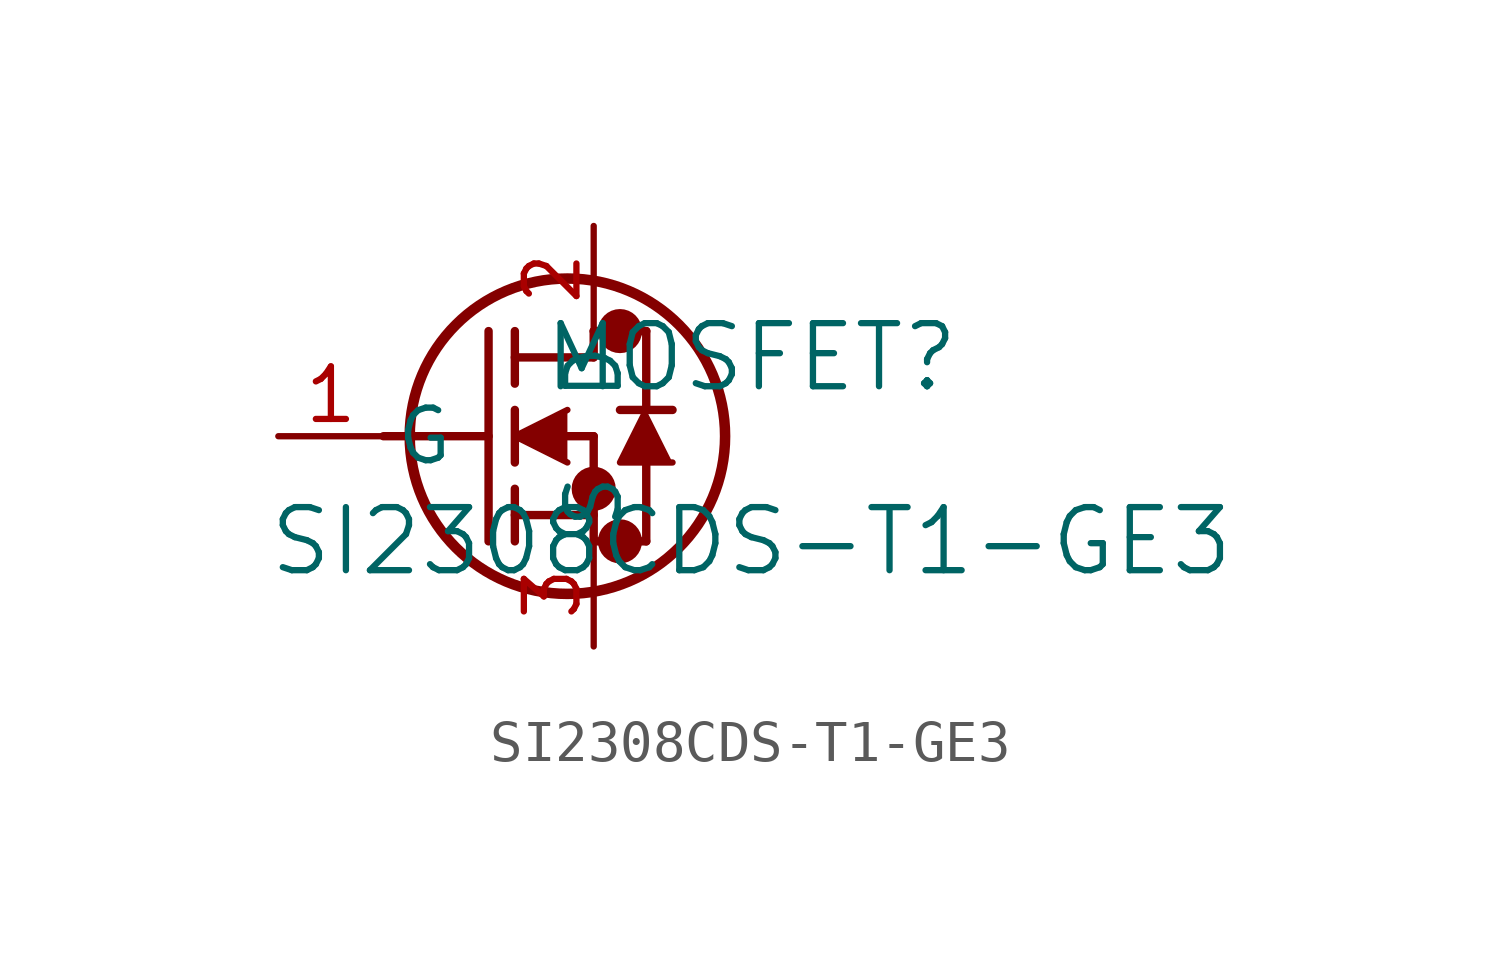
<source format=kicad_sym>
(kicad_symbol_lib
  (version 20211014)
  (generator kicad_symbol_editor)
  (symbol "SI2308CDS-T1-GE3"
    (pin_names
      (offset 0.254))
    (property "Reference" "MOSFET"
      (at 11.43 1.905 0)
      (effects (font (size 1.524 1.524))))
    (property "Value" "SI2308CDS-T1-GE3"
      (at 11.43 -2.54 0)
      (effects (font (size 1.524 1.524))))
    (symbol "SI2308CDS-T1-GE3_0_1"
      (circle (center 8.255 2.54) (radius 0.025) (stroke (width 0.508) (type default) (color 0 0 0 0)) (fill (type none)))
      (circle (center 8.255 -2.54) (radius 0.025) (stroke (width 0.508) (type default) (color 0 0 0 0)) (fill (type none)))
      (circle (center 7.62 -1.27) (radius 0.025) (stroke (width 0.508) (type default) (color 0 0 0 0)) (fill (type none)))
      (circle (center 6.985 0) (radius 3.81) (stroke (width 0.254) (type default) (color 0 0 0 0)) (fill (type none)))
      (polyline (pts (xy 2.54 0) (xy 5.08 0)) (stroke (width 0.203) (type default) (color 0 0 0 0)) (fill (type none)))
      (polyline (pts (xy 5.08 -2.54) (xy 5.08 2.54)) (stroke (width 0.203) (type default) (color 0 0 0 0)) (fill (type none)))
      (polyline (pts (xy 5.715 -0.635) (xy 5.715 0.635)) (stroke (width 0.203) (type default) (color 0 0 0 0)) (fill (type none)))
      (polyline (pts (xy 5.715 -2.54) (xy 5.715 -1.27)) (stroke (width 0.203) (type default) (color 0 0 0 0)) (fill (type none)))
      (polyline (pts (xy 5.715 1.27) (xy 5.715 2.54)) (stroke (width 0.203) (type default) (color 0 0 0 0)) (fill (type none)))
      (polyline (pts (xy 6.985 0) (xy 7.62 0)) (stroke (width 0.203) (type default) (color 0 0 0 0)) (fill (type none)))
      (polyline (pts (xy 5.715 -1.905) (xy 7.62 -1.905)) (stroke (width 0.203) (type default) (color 0 0 0 0)) (fill (type none)))
      (polyline (pts (xy 7.62 -2.54) (xy 7.62 0)) (stroke (width 0.203) (type default) (color 0 0 0 0)) (fill (type none)))
      (polyline (pts (xy 7.62 -2.54) (xy 8.89 -2.54)) (stroke (width 0.203) (type default) (color 0 0 0 0)) (fill (type none)))
      (polyline (pts (xy 5.715 1.905) (xy 7.62 1.905)) (stroke (width 0.203) (type default) (color 0 0 0 0)) (fill (type none)))
      (polyline (pts (xy 8.89 0.635) (xy 8.89 2.54)) (stroke (width 0.203) (type default) (color 0 0 0 0)) (fill (type none)))
      (polyline (pts (xy 6.985 0.635) (xy 5.715 0) (xy 6.985 -0.635)) (stroke (width 0) (type default) (color 0 0 0 0)) (fill (type outline)))
      (polyline (pts (xy 9.525 -0.635) (xy 8.255 -0.635) (xy 8.89 0.635)) (stroke (width 0) (type default) (color 0 0 0 0)) (fill (type outline)))
      (polyline (pts (xy 8.89 -2.54) (xy 8.89 -0.635)) (stroke (width 0.203) (type default) (color 0 0 0 0)) (fill (type none)))
      (polyline (pts (xy 9.525 0.635) (xy 8.255 0.635)) (stroke (width 0.203) (type default) (color 0 0 0 0)) (fill (type none)))
      (polyline (pts (xy 7.62 2.54) (xy 8.89 2.54)) (stroke (width 0.203) (type default) (color 0 0 0 0)) (fill (type none)))
      (polyline (pts (xy 7.62 1.905) (xy 7.62 2.54)) (stroke (width 0.203) (type default) (color 0 0 0 0)) (fill (type none)))
      (pin unspecified line (at 0 0 0) (length 2.54) (name "G" (effects (font (size 1.27 1.27)))) (number "1" (effects (font (size 1.27 1.27)))))
      (pin unspecified line (at 7.62 5.08 270) (length 2.54) (name "D" (effects (font (size 1.27 1.27)))) (number "2" (effects (font (size 1.27 1.27)))))
      (pin unspecified line (at 7.62 -5.08 90) (length 2.54) (name "S" (effects (font (size 1.27 1.27)))) (number "3" (effects (font (size 1.27 1.27))))))))
</source>
